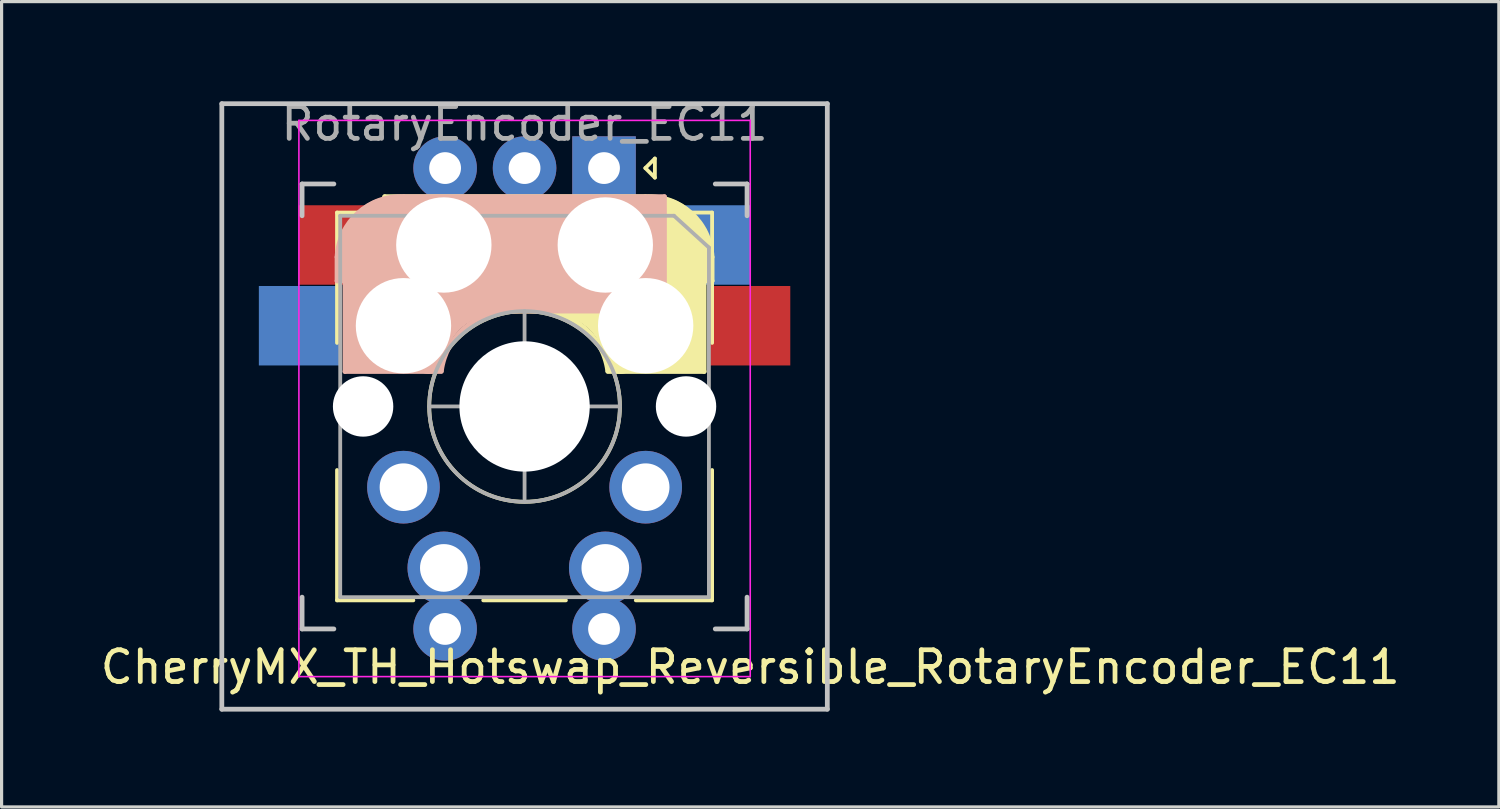
<source format=kicad_pcb>
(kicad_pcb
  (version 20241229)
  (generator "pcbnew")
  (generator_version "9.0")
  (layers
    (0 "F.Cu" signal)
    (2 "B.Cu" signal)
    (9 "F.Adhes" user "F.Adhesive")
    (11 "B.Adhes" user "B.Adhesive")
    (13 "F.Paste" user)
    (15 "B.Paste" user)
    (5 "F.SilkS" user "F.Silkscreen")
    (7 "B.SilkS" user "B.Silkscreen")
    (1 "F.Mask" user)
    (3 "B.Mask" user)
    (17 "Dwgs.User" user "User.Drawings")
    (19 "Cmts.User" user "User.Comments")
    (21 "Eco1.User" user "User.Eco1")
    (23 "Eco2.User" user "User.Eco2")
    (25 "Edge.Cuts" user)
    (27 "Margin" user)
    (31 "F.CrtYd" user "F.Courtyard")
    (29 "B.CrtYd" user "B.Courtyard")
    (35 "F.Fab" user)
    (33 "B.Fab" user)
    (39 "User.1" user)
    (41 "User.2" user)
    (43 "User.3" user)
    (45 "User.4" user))
  (footprint "CherryMX_TH_Hotswap_Reversible_RotaryEncoder_EC11"
    (layer "F.Cu")
    (at 13.454 9.738)
    (property "Reference" "CherryMX_TH_Hotswap_Reversible_RotaryEncoder_EC11" (at 7.1 8.2 0) (layer "F.SilkS") (effects (font (size 1 1) (thickness 0.15))))
    (attr through_hole)
    (fp_line (start -5.9 -2) (end -5.9 -6.1) (stroke (width 0.12) (type solid)) (layer "F.SilkS"))
    (fp_line (start -5.9 6.1) (end -5.9 2) (stroke (width 0.12) (type solid)) (layer "F.SilkS"))
    (fp_line (start -4.4 -6.6) (end 3.8 -6.6) (stroke (width 0.15) (type solid)) (layer "F.SilkS"))
    (fp_line (start -4.4 -3) (end -4.4 -6.6) (stroke (width 0.15) (type solid)) (layer "F.SilkS"))
    (fp_line (start -4.38 -4) (end -4.38 -6.25) (stroke (width 0.15) (type solid)) (layer "F.SilkS"))
    (fp_line (start -4.25 -6.4) (end -3 -6.4) (stroke (width 0.4) (type solid)) (layer "F.SilkS"))
    (fp_line (start -4.2 -3.25) (end -2.9 -3.3) (stroke (width 0.5) (type solid)) (layer "F.SilkS"))
    (fp_line (start -3.9 -6) (end -3.9 -3.5) (stroke (width 1) (type solid)) (layer "F.SilkS"))
    (fp_line (start -3.5 6.1) (end -5.9 6.1) (stroke (width 0.12) (type solid)) (layer "F.SilkS"))
    (fp_line (start -2.6 -4.8) (end 4.1 -4.8) (stroke (width 3.5) (type solid)) (layer "F.SilkS"))
    (fp_line (start 0 -0.5) (end 0 0.5) (stroke (width 0.12) (type solid)) (layer "F.SilkS"))
    (fp_line (start 0.4 -3) (end -4.4 -3) (stroke (width 0.15) (type solid)) (layer "F.SilkS"))
    (fp_line (start 0.5 0) (end -0.5 0) (stroke (width 0.12) (type solid)) (layer "F.SilkS"))
    (fp_line (start 1.3 6.1) (end -1.3 6.1) (stroke (width 0.12) (type solid)) (layer "F.SilkS"))
    (fp_line (start 3.8 -7.5) (end 4.1 -7.8) (stroke (width 0.12) (type solid)) (layer "F.SilkS"))
    (fp_line (start 4.1 -7.8) (end 4.1 -7.2) (stroke (width 0.12) (type solid)) (layer "F.SilkS"))
    (fp_line (start 4.1 -7.2) (end 3.8 -7.5) (stroke (width 0.12) (type solid)) (layer "F.SilkS"))
    (fp_line (start 4.17 -5.1) (end 4.17 -2.86) (stroke (width 3) (type solid)) (layer "F.SilkS"))
    (fp_line (start 5.3 -1.6) (end 5.3 -3.4) (stroke (width 0.8) (type solid)) (layer "F.SilkS"))
    (fp_line (start 5.45 -1.3) (end 3 -1.3) (stroke (width 0.5) (type solid)) (layer "F.SilkS"))
    (fp_line (start 5.65 -5.55) (end 5.65 -1.1) (stroke (width 0.15) (type solid)) (layer "F.SilkS"))
    (fp_line (start 5.65 -1.1) (end 2.62 -1.1) (stroke (width 0.15) (type solid)) (layer "F.SilkS"))
    (fp_line (start 5.8 -4.05) (end 5.8 -4.7) (stroke (width 0.3) (type solid)) (layer "F.SilkS"))
    (fp_line (start 5.9 -6.1) (end -5.9 -6.1) (stroke (width 0.12) (type solid)) (layer "F.SilkS"))
    (fp_line (start 5.9 -4.7) (end 5.9 -3.95) (stroke (width 0.15) (type solid)) (layer "F.SilkS"))
    (fp_line (start 5.9 -3.95) (end 5.7 -3.95) (stroke (width 0.15) (type solid)) (layer "F.SilkS"))
    (fp_line (start 5.9 -2) (end 5.9 -6.1) (stroke (width 0.12) (type solid)) (layer "F.SilkS"))
    (fp_line (start 5.9 2) (end 5.9 6.1) (stroke (width 0.12) (type solid)) (layer "F.SilkS"))
    (fp_line (start 5.9 6.1) (end 3.5 6.1) (stroke (width 0.12) (type solid)) (layer "F.SilkS"))
    (fp_arc (start 0.4 -3) (mid 1.868709 -2.486118) (end 2.616318 -1.121471) (stroke (width 0.15) (type solid)) (layer "F.SilkS"))
    (fp_arc (start 0.8 -3.4) (mid 2.268709 -2.886118) (end 3.016318 -1.521471) (stroke (width 1) (type solid)) (layer "F.SilkS"))
    (fp_arc (start 3.800001 -6.6) (mid 5.243504 -6.084924) (end 5.9 -4.699999) (stroke (width 0.15) (type solid)) (layer "F.SilkS"))
    (fp_circle (center 0 0) (end 0 3) (stroke (width 0.12) (type solid)) (fill no) (layer "F.SilkS"))
    (fp_line (start -5.9 -4.7) (end -5.9 -3.95) (stroke (width 0.15) (type solid)) (layer "B.SilkS"))
    (fp_line (start -5.9 -3.95) (end -5.7 -3.95) (stroke (width 0.15) (type solid)) (layer "B.SilkS"))
    (fp_line (start -5.8 -4.05) (end -5.8 -4.7) (stroke (width 0.3) (type solid)) (layer "B.SilkS"))
    (fp_line (start -5.65 -5.55) (end -5.65 -1.1) (stroke (width 0.15) (type solid)) (layer "B.SilkS"))
    (fp_line (start -5.65 -1.1) (end -2.62 -1.1) (stroke (width 0.15) (type solid)) (layer "B.SilkS"))
    (fp_line (start -5.45 -1.3) (end -3 -1.3) (stroke (width 0.5) (type solid)) (layer "B.SilkS"))
    (fp_line (start -5.3 -1.6) (end -5.3 -3.4) (stroke (width 0.8) (type solid)) (layer "B.SilkS"))
    (fp_line (start -4.17 -5.1) (end -4.17 -2.86) (stroke (width 3) (type solid)) (layer "B.SilkS"))
    (fp_line (start -0.4 -3) (end 4.4 -3) (stroke (width 0.15) (type solid)) (layer "B.SilkS"))
    (fp_line (start 2.6 -4.8) (end -4.1 -4.8) (stroke (width 3.5) (type solid)) (layer "B.SilkS"))
    (fp_line (start 3.9 -6) (end 3.9 -3.5) (stroke (width 1) (type solid)) (layer "B.SilkS"))
    (fp_line (start 4.2 -3.25) (end 2.9 -3.3) (stroke (width 0.5) (type solid)) (layer "B.SilkS"))
    (fp_line (start 4.25 -6.4) (end 3 -6.4) (stroke (width 0.4) (type solid)) (layer "B.SilkS"))
    (fp_line (start 4.38 -4) (end 4.38 -6.25) (stroke (width 0.15) (type solid)) (layer "B.SilkS"))
    (fp_line (start 4.4 -6.6) (end -3.8 -6.6) (stroke (width 0.15) (type solid)) (layer "B.SilkS"))
    (fp_line (start 4.4 -3) (end 4.4 -6.6) (stroke (width 0.15) (type solid)) (layer "B.SilkS"))
    (fp_arc (start -5.9 -4.699999) (mid -5.243504 -6.084924) (end -3.800001 -6.6) (stroke (width 0.15) (type solid)) (layer "B.SilkS"))
    (fp_arc (start -3.016318 -1.521471) (mid -2.268709 -2.886118) (end -0.8 -3.4) (stroke (width 1) (type solid)) (layer "B.SilkS"))
    (fp_arc (start -2.616318 -1.121471) (mid -1.868709 -2.486118) (end -0.4 -3) (stroke (width 0.15) (type solid)) (layer "B.SilkS"))
    (fp_line (start -9.525 -9.525) (end 9.525 -9.525) (stroke (width 0.15) (type solid)) (layer "Dwgs.User"))
    (fp_line (start -9.525 9.525) (end -9.525 -9.525) (stroke (width 0.15) (type solid)) (layer "Dwgs.User"))
    (fp_line (start -7 -7) (end -6 -7) (stroke (width 0.15) (type solid)) (layer "Dwgs.User"))
    (fp_line (start -7 -6) (end -7 -7) (stroke (width 0.15) (type solid)) (layer "Dwgs.User"))
    (fp_line (start -7 6) (end -7 7) (stroke (width 0.15) (type solid)) (layer "Dwgs.User"))
    (fp_line (start -7 7) (end -6 7) (stroke (width 0.15) (type solid)) (layer "Dwgs.User"))
    (fp_line (start 6 7) (end 7 7) (stroke (width 0.15) (type solid)) (layer "Dwgs.User"))
    (fp_line (start 7 -7) (end 6 -7) (stroke (width 0.15) (type solid)) (layer "Dwgs.User"))
    (fp_line (start 7 -7) (end 7 -6) (stroke (width 0.15) (type solid)) (layer "Dwgs.User"))
    (fp_line (start 7 7) (end 7 6) (stroke (width 0.15) (type solid)) (layer "Dwgs.User"))
    (fp_line (start 9.525 -9.525) (end 9.525 9.525) (stroke (width 0.15) (type solid)) (layer "Dwgs.User"))
    (fp_line (start 9.525 9.525) (end -9.525 9.525) (stroke (width 0.15) (type solid)) (layer "Dwgs.User"))
    (fp_line (start -7.1 8.5) (end -7.1 -9) (stroke (width 0.05) (type solid)) (layer "F.CrtYd"))
    (fp_line (start -7.1 8.5) (end 7.1 8.5) (stroke (width 0.05) (type solid)) (layer "F.CrtYd"))
    (fp_line (start 7.1 -9) (end -7.1 -9) (stroke (width 0.05) (type solid)) (layer "F.CrtYd"))
    (fp_line (start 7.1 -9) (end 7.1 8.5) (stroke (width 0.05) (type solid)) (layer "F.CrtYd"))
    (fp_line (start -5.8 -6) (end 4.7 -6) (stroke (width 0.12) (type solid)) (layer "F.Fab"))
    (fp_line (start -5.8 6) (end -5.8 -6) (stroke (width 0.12) (type solid)) (layer "F.Fab"))
    (fp_line (start 0 -3) (end 0 3) (stroke (width 0.12) (type solid)) (layer "F.Fab"))
    (fp_line (start 3 0) (end -3 0) (stroke (width 0.12) (type solid)) (layer "F.Fab"))
    (fp_line (start 4.7 -6) (end 5.8 -5) (stroke (width 0.12) (type solid)) (layer "F.Fab"))
    (fp_line (start 5.8 -5) (end 5.8 6) (stroke (width 0.12) (type solid)) (layer "F.Fab"))
    (fp_line (start 5.8 6) (end -5.8 6) (stroke (width 0.12) (type solid)) (layer "F.Fab"))
    (fp_circle (center 0 0) (end 0 3) (stroke (width 0.12) (type solid)) (fill no) (layer "F.Fab"))
    (fp_text user "RotaryEncoder_EC11" (at 0 -8.89 0) (layer "F.Fab") (effects (font (size 1 1) (thickness 0.15))))
    (pad "" np_thru_hole circle (at -5.08 0) (size 1.9 1.9) (drill 1.9) (layers "*.Cu" "*.Mask"))
    (pad "" np_thru_hole circle (at -3.81 -2.54) (size 3 3) (drill 3) (layers "*.Cu" "*.Mask"))
    (pad "" np_thru_hole circle (at -2.54 -5.08 180) (size 3 3) (drill 3) (layers "*.Cu" "*.Mask"))
    (pad "" np_thru_hole circle (at 0 0 90) (size 4.1 4.1) (drill 4.1) (layers "*.Cu" "*.Mask"))
    (pad "" np_thru_hole circle (at 2.54 -5.08) (size 3 3) (drill 3) (layers "*.Cu" "*.Mask"))
    (pad "" np_thru_hole circle (at 3.81 -2.54 180) (size 3 3) (drill 3) (layers "*.Cu" "*.Mask"))
    (pad "" np_thru_hole circle (at 5.08 0) (size 1.9 1.9) (drill 1.9) (layers "*.Cu" "*.Mask"))
    (pad "1" smd rect (at -7.085 -2.54 180) (size 2.55 2.5) (layers "B.Cu" "B.Mask" "B.Paste"))
    (pad "1" smd rect (at -5.842 -5.08) (size 2.55 2.5) (layers "F.Cu" "F.Mask" "F.Paste"))
    (pad "1" thru_hole circle (at -3.81 2.54 180) (size 2.286 2.286) (drill 1.499) (layers "*.Cu" "*.Mask"))
    (pad "1" thru_hole circle (at -2.54 5.08 180) (size 2.286 2.286) (drill 1.499) (layers "*.Cu" "*.Mask"))
    (pad "1" thru_hole circle (at -2.5 7 270) (size 2 2) (drill 1) (layers "*.Cu" "*.Mask"))
    (pad "2" thru_hole circle (at 2.5 7 270) (size 2 2) (drill 1) (layers "*.Cu" "*.Mask"))
    (pad "2" thru_hole circle (at 2.54 5.08 180) (size 2.286 2.286) (drill 1.499) (layers "*.Cu" "*.Mask"))
    (pad "2" thru_hole circle (at 3.81 2.54 180) (size 2.286 2.286) (drill 1.499) (layers "*.Cu" "*.Mask"))
    (pad "2" smd rect (at 5.842 -5.08 180) (size 2.55 2.5) (layers "B.Cu" "B.Mask" "B.Paste"))
    (pad "2" smd rect (at 7.085 -2.54) (size 2.55 2.5) (layers "F.Cu" "F.Mask" "F.Paste"))
    (pad "A" thru_hole rect (at 2.5 -7.5 270) (size 2 2) (drill 1) (layers "*.Cu" "*.Mask"))
    (pad "B" thru_hole circle (at -2.5 -7.5 270) (size 2 2) (drill 1) (layers "*.Cu" "*.Mask"))
    (pad "C" thru_hole circle (at 0 -7.5 270) (size 2 2) (drill 1) (layers "*.Cu" "*.Mask")))
  (gr_rect
    (start -3 -3)
    (end 44.107 22.338)
    (stroke (width 0.1) (type default))
    (fill no)
    (layer "Edge.Cuts")))
</source>
